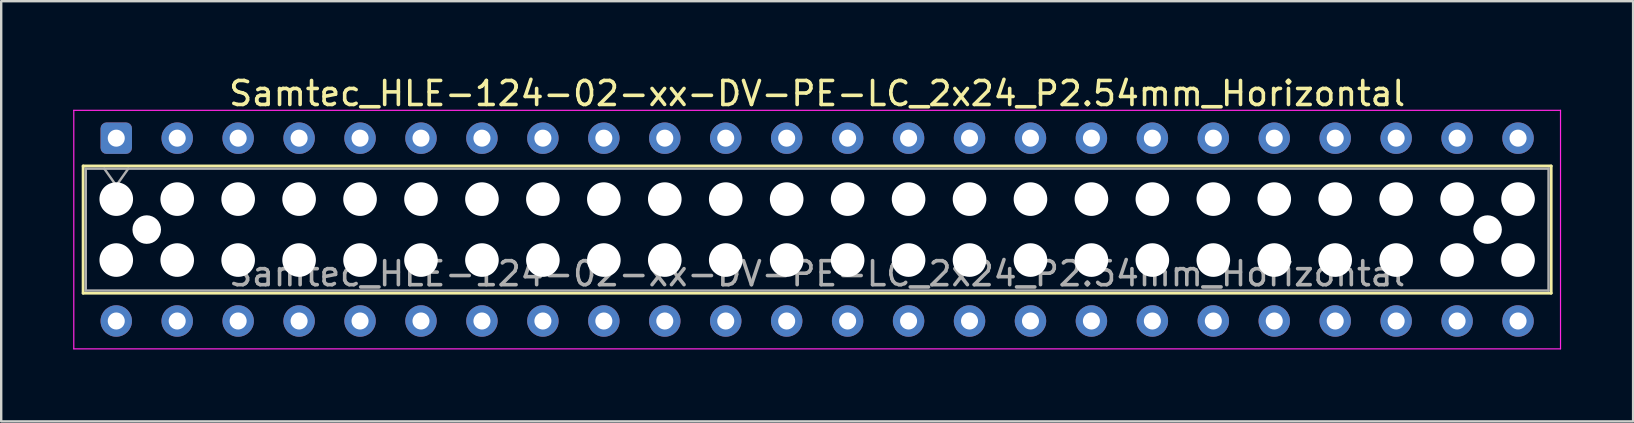
<source format=kicad_pcb>
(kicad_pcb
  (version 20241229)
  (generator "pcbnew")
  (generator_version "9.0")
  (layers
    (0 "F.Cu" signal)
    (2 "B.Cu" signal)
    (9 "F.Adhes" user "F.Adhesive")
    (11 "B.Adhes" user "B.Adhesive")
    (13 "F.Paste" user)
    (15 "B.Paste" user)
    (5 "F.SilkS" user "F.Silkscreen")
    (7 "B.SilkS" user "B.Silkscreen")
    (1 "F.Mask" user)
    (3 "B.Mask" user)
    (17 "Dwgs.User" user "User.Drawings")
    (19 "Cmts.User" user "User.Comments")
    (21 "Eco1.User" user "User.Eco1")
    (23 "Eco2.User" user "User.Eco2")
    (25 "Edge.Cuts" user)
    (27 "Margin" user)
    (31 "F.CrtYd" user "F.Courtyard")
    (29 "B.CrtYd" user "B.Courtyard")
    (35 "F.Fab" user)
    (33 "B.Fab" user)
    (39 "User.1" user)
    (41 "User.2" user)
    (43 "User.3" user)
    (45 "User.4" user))
  (footprint "Samtec_HLE-124-02-xx-DV-PE-LC_2x24_P2.54mm_Horizontal"
    (layer "F.Cu")
    (at 1.795 2.708)
    (property "Reference" "Samtec_HLE-124-02-xx-DV-PE-LC_2x24_P2.54mm_Horizontal" (at 29.21 -1.86 0) (layer "F.SilkS") (effects (font (size 1 1) (thickness 0.15))))
    (attr through_hole)
    (fp_line (start -1.38 1.16) (end 59.8 1.16) (stroke (width 0.12) (type solid)) (layer "F.SilkS"))
    (fp_line (start -1.38 6.46) (end -1.38 1.16) (stroke (width 0.12) (type solid)) (layer "F.SilkS"))
    (fp_line (start 59.8 1.16) (end 59.8 6.46) (stroke (width 0.12) (type solid)) (layer "F.SilkS"))
    (fp_line (start 59.8 6.46) (end -1.38 6.46) (stroke (width 0.12) (type solid)) (layer "F.SilkS"))
    (fp_line (start -1.77 -1.16) (end 60.19 -1.16) (stroke (width 0.05) (type solid)) (layer "F.CrtYd"))
    (fp_line (start -1.77 8.78) (end -1.77 -1.16) (stroke (width 0.05) (type solid)) (layer "F.CrtYd"))
    (fp_line (start 60.19 -1.16) (end 60.19 8.78) (stroke (width 0.05) (type solid)) (layer "F.CrtYd"))
    (fp_line (start 60.19 8.78) (end -1.77 8.78) (stroke (width 0.05) (type solid)) (layer "F.CrtYd"))
    (fp_line (start -1.27 1.27) (end 59.69 1.27) (stroke (width 0.1) (type solid)) (layer "F.Fab"))
    (fp_line (start -1.27 6.35) (end -1.27 1.27) (stroke (width 0.1) (type solid)) (layer "F.Fab"))
    (fp_line (start -0.5 1.27) (end 0 1.977) (stroke (width 0.1) (type solid)) (layer "F.Fab"))
    (fp_line (start 0 1.977) (end 0.5 1.27) (stroke (width 0.1) (type solid)) (layer "F.Fab"))
    (fp_line (start 59.69 1.27) (end 59.69 6.35) (stroke (width 0.1) (type solid)) (layer "F.Fab"))
    (fp_line (start 59.69 6.35) (end -1.27 6.35) (stroke (width 0.1) (type solid)) (layer "F.Fab"))
    (fp_text user "${REFERENCE}" (at 29.21 5.65 0) (layer "F.Fab") (effects (font (size 1 1) (thickness 0.15))))
    (pad "" np_thru_hole circle (at 0 2.54) (size 1.4 1.4) (drill 1.4) (layers "*.Cu" "*.Mask"))
    (pad "" np_thru_hole circle (at 0 5.08) (size 1.4 1.4) (drill 1.4) (layers "*.Cu" "*.Mask"))
    (pad "" np_thru_hole circle (at 1.27 3.81) (size 1.19 1.19) (drill 1.19) (layers "*.Cu" "*.Mask"))
    (pad "" np_thru_hole circle (at 2.54 2.54) (size 1.4 1.4) (drill 1.4) (layers "*.Cu" "*.Mask"))
    (pad "" np_thru_hole circle (at 2.54 5.08) (size 1.4 1.4) (drill 1.4) (layers "*.Cu" "*.Mask"))
    (pad "" np_thru_hole circle (at 5.08 2.54) (size 1.4 1.4) (drill 1.4) (layers "*.Cu" "*.Mask"))
    (pad "" np_thru_hole circle (at 5.08 5.08) (size 1.4 1.4) (drill 1.4) (layers "*.Cu" "*.Mask"))
    (pad "" np_thru_hole circle (at 7.62 2.54) (size 1.4 1.4) (drill 1.4) (layers "*.Cu" "*.Mask"))
    (pad "" np_thru_hole circle (at 7.62 5.08) (size 1.4 1.4) (drill 1.4) (layers "*.Cu" "*.Mask"))
    (pad "" np_thru_hole circle (at 10.16 2.54) (size 1.4 1.4) (drill 1.4) (layers "*.Cu" "*.Mask"))
    (pad "" np_thru_hole circle (at 10.16 5.08) (size 1.4 1.4) (drill 1.4) (layers "*.Cu" "*.Mask"))
    (pad "" np_thru_hole circle (at 12.7 2.54) (size 1.4 1.4) (drill 1.4) (layers "*.Cu" "*.Mask"))
    (pad "" np_thru_hole circle (at 12.7 5.08) (size 1.4 1.4) (drill 1.4) (layers "*.Cu" "*.Mask"))
    (pad "" np_thru_hole circle (at 15.24 2.54) (size 1.4 1.4) (drill 1.4) (layers "*.Cu" "*.Mask"))
    (pad "" np_thru_hole circle (at 15.24 5.08) (size 1.4 1.4) (drill 1.4) (layers "*.Cu" "*.Mask"))
    (pad "" np_thru_hole circle (at 17.78 2.54) (size 1.4 1.4) (drill 1.4) (layers "*.Cu" "*.Mask"))
    (pad "" np_thru_hole circle (at 17.78 5.08) (size 1.4 1.4) (drill 1.4) (layers "*.Cu" "*.Mask"))
    (pad "" np_thru_hole circle (at 20.32 2.54) (size 1.4 1.4) (drill 1.4) (layers "*.Cu" "*.Mask"))
    (pad "" np_thru_hole circle (at 20.32 5.08) (size 1.4 1.4) (drill 1.4) (layers "*.Cu" "*.Mask"))
    (pad "" np_thru_hole circle (at 22.86 2.54) (size 1.4 1.4) (drill 1.4) (layers "*.Cu" "*.Mask"))
    (pad "" np_thru_hole circle (at 22.86 5.08) (size 1.4 1.4) (drill 1.4) (layers "*.Cu" "*.Mask"))
    (pad "" np_thru_hole circle (at 25.4 2.54) (size 1.4 1.4) (drill 1.4) (layers "*.Cu" "*.Mask"))
    (pad "" np_thru_hole circle (at 25.4 5.08) (size 1.4 1.4) (drill 1.4) (layers "*.Cu" "*.Mask"))
    (pad "" np_thru_hole circle (at 27.94 2.54) (size 1.4 1.4) (drill 1.4) (layers "*.Cu" "*.Mask"))
    (pad "" np_thru_hole circle (at 27.94 5.08) (size 1.4 1.4) (drill 1.4) (layers "*.Cu" "*.Mask"))
    (pad "" np_thru_hole circle (at 30.48 2.54) (size 1.4 1.4) (drill 1.4) (layers "*.Cu" "*.Mask"))
    (pad "" np_thru_hole circle (at 30.48 5.08) (size 1.4 1.4) (drill 1.4) (layers "*.Cu" "*.Mask"))
    (pad "" np_thru_hole circle (at 33.02 2.54) (size 1.4 1.4) (drill 1.4) (layers "*.Cu" "*.Mask"))
    (pad "" np_thru_hole circle (at 33.02 5.08) (size 1.4 1.4) (drill 1.4) (layers "*.Cu" "*.Mask"))
    (pad "" np_thru_hole circle (at 35.56 2.54) (size 1.4 1.4) (drill 1.4) (layers "*.Cu" "*.Mask"))
    (pad "" np_thru_hole circle (at 35.56 5.08) (size 1.4 1.4) (drill 1.4) (layers "*.Cu" "*.Mask"))
    (pad "" np_thru_hole circle (at 38.1 2.54) (size 1.4 1.4) (drill 1.4) (layers "*.Cu" "*.Mask"))
    (pad "" np_thru_hole circle (at 38.1 5.08) (size 1.4 1.4) (drill 1.4) (layers "*.Cu" "*.Mask"))
    (pad "" np_thru_hole circle (at 40.64 2.54) (size 1.4 1.4) (drill 1.4) (layers "*.Cu" "*.Mask"))
    (pad "" np_thru_hole circle (at 40.64 5.08) (size 1.4 1.4) (drill 1.4) (layers "*.Cu" "*.Mask"))
    (pad "" np_thru_hole circle (at 43.18 2.54) (size 1.4 1.4) (drill 1.4) (layers "*.Cu" "*.Mask"))
    (pad "" np_thru_hole circle (at 43.18 5.08) (size 1.4 1.4) (drill 1.4) (layers "*.Cu" "*.Mask"))
    (pad "" np_thru_hole circle (at 45.72 2.54) (size 1.4 1.4) (drill 1.4) (layers "*.Cu" "*.Mask"))
    (pad "" np_thru_hole circle (at 45.72 5.08) (size 1.4 1.4) (drill 1.4) (layers "*.Cu" "*.Mask"))
    (pad "" np_thru_hole circle (at 48.26 2.54) (size 1.4 1.4) (drill 1.4) (layers "*.Cu" "*.Mask"))
    (pad "" np_thru_hole circle (at 48.26 5.08) (size 1.4 1.4) (drill 1.4) (layers "*.Cu" "*.Mask"))
    (pad "" np_thru_hole circle (at 50.8 2.54) (size 1.4 1.4) (drill 1.4) (layers "*.Cu" "*.Mask"))
    (pad "" np_thru_hole circle (at 50.8 5.08) (size 1.4 1.4) (drill 1.4) (layers "*.Cu" "*.Mask"))
    (pad "" np_thru_hole circle (at 53.34 2.54) (size 1.4 1.4) (drill 1.4) (layers "*.Cu" "*.Mask"))
    (pad "" np_thru_hole circle (at 53.34 5.08) (size 1.4 1.4) (drill 1.4) (layers "*.Cu" "*.Mask"))
    (pad "" np_thru_hole circle (at 55.88 2.54) (size 1.4 1.4) (drill 1.4) (layers "*.Cu" "*.Mask"))
    (pad "" np_thru_hole circle (at 55.88 5.08) (size 1.4 1.4) (drill 1.4) (layers "*.Cu" "*.Mask"))
    (pad "" np_thru_hole circle (at 57.15 3.81) (size 1.19 1.19) (drill 1.19) (layers "*.Cu" "*.Mask"))
    (pad "" np_thru_hole circle (at 58.42 2.54) (size 1.4 1.4) (drill 1.4) (layers "*.Cu" "*.Mask"))
    (pad "" np_thru_hole circle (at 58.42 5.08) (size 1.4 1.4) (drill 1.4) (layers "*.Cu" "*.Mask"))
    (pad "1" thru_hole roundrect (at 0 0) (size 1.31 1.31) (drill 0.71) (layers "*.Cu" "*.Mask") (roundrect_rratio 0.191))
    (pad "2" thru_hole circle (at 0 7.62) (size 1.31 1.31) (drill 0.71) (layers "*.Cu" "*.Mask"))
    (pad "3" thru_hole circle (at 2.54 0) (size 1.31 1.31) (drill 0.71) (layers "*.Cu" "*.Mask"))
    (pad "4" thru_hole circle (at 2.54 7.62) (size 1.31 1.31) (drill 0.71) (layers "*.Cu" "*.Mask"))
    (pad "5" thru_hole circle (at 5.08 0) (size 1.31 1.31) (drill 0.71) (layers "*.Cu" "*.Mask"))
    (pad "6" thru_hole circle (at 5.08 7.62) (size 1.31 1.31) (drill 0.71) (layers "*.Cu" "*.Mask"))
    (pad "7" thru_hole circle (at 7.62 0) (size 1.31 1.31) (drill 0.71) (layers "*.Cu" "*.Mask"))
    (pad "8" thru_hole circle (at 7.62 7.62) (size 1.31 1.31) (drill 0.71) (layers "*.Cu" "*.Mask"))
    (pad "9" thru_hole circle (at 10.16 0) (size 1.31 1.31) (drill 0.71) (layers "*.Cu" "*.Mask"))
    (pad "10" thru_hole circle (at 10.16 7.62) (size 1.31 1.31) (drill 0.71) (layers "*.Cu" "*.Mask"))
    (pad "11" thru_hole circle (at 12.7 0) (size 1.31 1.31) (drill 0.71) (layers "*.Cu" "*.Mask"))
    (pad "12" thru_hole circle (at 12.7 7.62) (size 1.31 1.31) (drill 0.71) (layers "*.Cu" "*.Mask"))
    (pad "13" thru_hole circle (at 15.24 0) (size 1.31 1.31) (drill 0.71) (layers "*.Cu" "*.Mask"))
    (pad "14" thru_hole circle (at 15.24 7.62) (size 1.31 1.31) (drill 0.71) (layers "*.Cu" "*.Mask"))
    (pad "15" thru_hole circle (at 17.78 0) (size 1.31 1.31) (drill 0.71) (layers "*.Cu" "*.Mask"))
    (pad "16" thru_hole circle (at 17.78 7.62) (size 1.31 1.31) (drill 0.71) (layers "*.Cu" "*.Mask"))
    (pad "17" thru_hole circle (at 20.32 0) (size 1.31 1.31) (drill 0.71) (layers "*.Cu" "*.Mask"))
    (pad "18" thru_hole circle (at 20.32 7.62) (size 1.31 1.31) (drill 0.71) (layers "*.Cu" "*.Mask"))
    (pad "19" thru_hole circle (at 22.86 0) (size 1.31 1.31) (drill 0.71) (layers "*.Cu" "*.Mask"))
    (pad "20" thru_hole circle (at 22.86 7.62) (size 1.31 1.31) (drill 0.71) (layers "*.Cu" "*.Mask"))
    (pad "21" thru_hole circle (at 25.4 0) (size 1.31 1.31) (drill 0.71) (layers "*.Cu" "*.Mask"))
    (pad "22" thru_hole circle (at 25.4 7.62) (size 1.31 1.31) (drill 0.71) (layers "*.Cu" "*.Mask"))
    (pad "23" thru_hole circle (at 27.94 0) (size 1.31 1.31) (drill 0.71) (layers "*.Cu" "*.Mask"))
    (pad "24" thru_hole circle (at 27.94 7.62) (size 1.31 1.31) (drill 0.71) (layers "*.Cu" "*.Mask"))
    (pad "25" thru_hole circle (at 30.48 0) (size 1.31 1.31) (drill 0.71) (layers "*.Cu" "*.Mask"))
    (pad "26" thru_hole circle (at 30.48 7.62) (size 1.31 1.31) (drill 0.71) (layers "*.Cu" "*.Mask"))
    (pad "27" thru_hole circle (at 33.02 0) (size 1.31 1.31) (drill 0.71) (layers "*.Cu" "*.Mask"))
    (pad "28" thru_hole circle (at 33.02 7.62) (size 1.31 1.31) (drill 0.71) (layers "*.Cu" "*.Mask"))
    (pad "29" thru_hole circle (at 35.56 0) (size 1.31 1.31) (drill 0.71) (layers "*.Cu" "*.Mask"))
    (pad "30" thru_hole circle (at 35.56 7.62) (size 1.31 1.31) (drill 0.71) (layers "*.Cu" "*.Mask"))
    (pad "31" thru_hole circle (at 38.1 0) (size 1.31 1.31) (drill 0.71) (layers "*.Cu" "*.Mask"))
    (pad "32" thru_hole circle (at 38.1 7.62) (size 1.31 1.31) (drill 0.71) (layers "*.Cu" "*.Mask"))
    (pad "33" thru_hole circle (at 40.64 0) (size 1.31 1.31) (drill 0.71) (layers "*.Cu" "*.Mask"))
    (pad "34" thru_hole circle (at 40.64 7.62) (size 1.31 1.31) (drill 0.71) (layers "*.Cu" "*.Mask"))
    (pad "35" thru_hole circle (at 43.18 0) (size 1.31 1.31) (drill 0.71) (layers "*.Cu" "*.Mask"))
    (pad "36" thru_hole circle (at 43.18 7.62) (size 1.31 1.31) (drill 0.71) (layers "*.Cu" "*.Mask"))
    (pad "37" thru_hole circle (at 45.72 0) (size 1.31 1.31) (drill 0.71) (layers "*.Cu" "*.Mask"))
    (pad "38" thru_hole circle (at 45.72 7.62) (size 1.31 1.31) (drill 0.71) (layers "*.Cu" "*.Mask"))
    (pad "39" thru_hole circle (at 48.26 0) (size 1.31 1.31) (drill 0.71) (layers "*.Cu" "*.Mask"))
    (pad "40" thru_hole circle (at 48.26 7.62) (size 1.31 1.31) (drill 0.71) (layers "*.Cu" "*.Mask"))
    (pad "41" thru_hole circle (at 50.8 0) (size 1.31 1.31) (drill 0.71) (layers "*.Cu" "*.Mask"))
    (pad "42" thru_hole circle (at 50.8 7.62) (size 1.31 1.31) (drill 0.71) (layers "*.Cu" "*.Mask"))
    (pad "43" thru_hole circle (at 53.34 0) (size 1.31 1.31) (drill 0.71) (layers "*.Cu" "*.Mask"))
    (pad "44" thru_hole circle (at 53.34 7.62) (size 1.31 1.31) (drill 0.71) (layers "*.Cu" "*.Mask"))
    (pad "45" thru_hole circle (at 55.88 0) (size 1.31 1.31) (drill 0.71) (layers "*.Cu" "*.Mask"))
    (pad "46" thru_hole circle (at 55.88 7.62) (size 1.31 1.31) (drill 0.71) (layers "*.Cu" "*.Mask"))
    (pad "47" thru_hole circle (at 58.42 0) (size 1.31 1.31) (drill 0.71) (layers "*.Cu" "*.Mask"))
    (pad "48" thru_hole circle (at 58.42 7.62) (size 1.31 1.31) (drill 0.71) (layers "*.Cu" "*.Mask")))
  (gr_rect
    (start -3 -3)
    (end 65.01 14.513)
    (stroke (width 0.1) (type default))
    (fill no)
    (layer "Edge.Cuts")))
</source>
